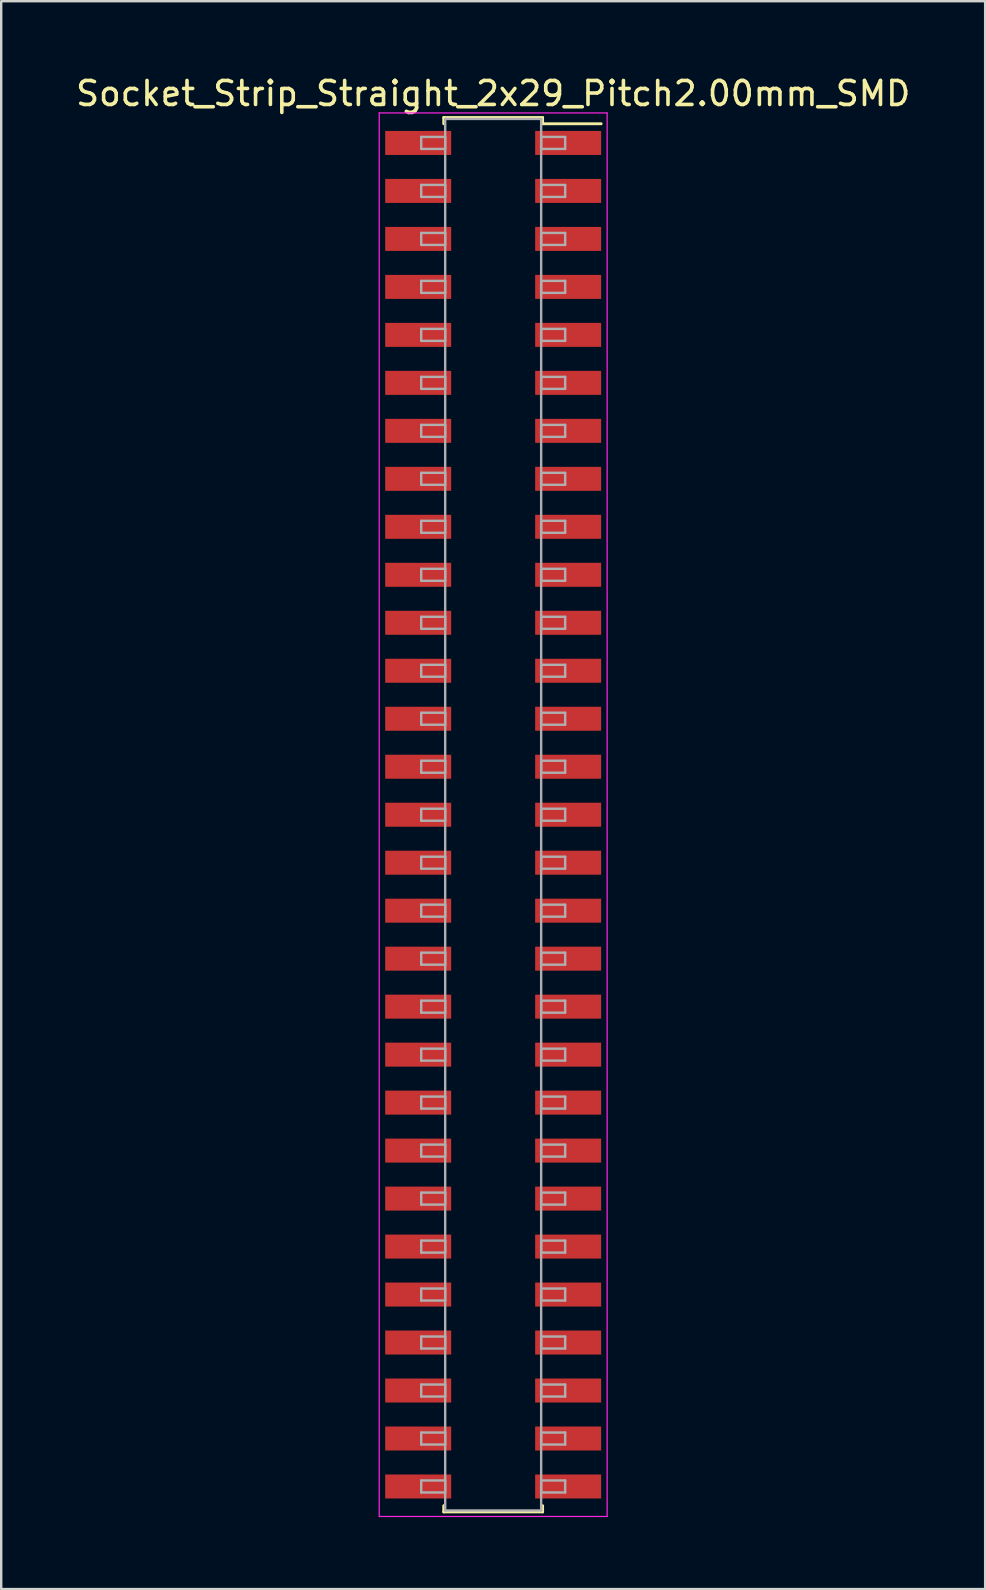
<source format=kicad_pcb>
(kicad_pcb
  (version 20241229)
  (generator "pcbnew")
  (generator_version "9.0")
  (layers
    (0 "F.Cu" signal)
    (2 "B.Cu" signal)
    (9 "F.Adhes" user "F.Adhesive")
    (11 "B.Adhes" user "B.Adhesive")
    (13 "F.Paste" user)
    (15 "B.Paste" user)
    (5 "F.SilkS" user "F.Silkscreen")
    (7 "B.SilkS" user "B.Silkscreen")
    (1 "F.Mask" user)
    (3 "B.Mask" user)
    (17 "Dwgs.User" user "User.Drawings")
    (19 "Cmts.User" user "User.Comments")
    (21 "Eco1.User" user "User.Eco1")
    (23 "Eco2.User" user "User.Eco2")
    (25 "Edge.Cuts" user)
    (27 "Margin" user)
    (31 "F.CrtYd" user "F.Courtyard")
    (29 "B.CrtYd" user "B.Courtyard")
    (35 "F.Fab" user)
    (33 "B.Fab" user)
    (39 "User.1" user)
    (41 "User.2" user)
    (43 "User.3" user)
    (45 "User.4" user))
  (footprint "Socket_Strip_Straight_2x29_Pitch2.00mm_SMD"
    (layer "F.Cu")
    (at 17.506 30.908)
    (property "Reference" "Socket_Strip_Straight_2x29_Pitch2.00mm_SMD" (at 0 -30.06 0) (layer "F.SilkS") (effects (font (size 1 1) (thickness 0.15))))
    (attr smd)
    (fp_line (start -2.06 -29.06) (end 2.06 -29.06) (stroke (width 0.12) (type solid)) (layer "F.SilkS"))
    (fp_line (start -2.06 -28.8) (end -2.06 -29.06) (stroke (width 0.12) (type solid)) (layer "F.SilkS"))
    (fp_line (start -2.06 28.8) (end -2.06 29.06) (stroke (width 0.12) (type solid)) (layer "F.SilkS"))
    (fp_line (start -2.06 29.06) (end 2.06 29.06) (stroke (width 0.12) (type solid)) (layer "F.SilkS"))
    (fp_line (start 2.06 -29.06) (end 2.06 -28.8) (stroke (width 0.12) (type solid)) (layer "F.SilkS"))
    (fp_line (start 2.06 29.06) (end 2.06 28.8) (stroke (width 0.12) (type solid)) (layer "F.SilkS"))
    (fp_line (start 4.5 -28.8) (end 2.06 -28.8) (stroke (width 0.12) (type solid)) (layer "F.SilkS"))
    (fp_line (start -4.75 -29.25) (end -4.75 29.25) (stroke (width 0.05) (type solid)) (layer "F.CrtYd"))
    (fp_line (start -4.75 29.25) (end 4.75 29.25) (stroke (width 0.05) (type solid)) (layer "F.CrtYd"))
    (fp_line (start 4.75 -29.25) (end -4.75 -29.25) (stroke (width 0.05) (type solid)) (layer "F.CrtYd"))
    (fp_line (start 4.75 29.25) (end 4.75 -29.25) (stroke (width 0.05) (type solid)) (layer "F.CrtYd"))
    (fp_line (start -3 -28.25) (end -2 -28.25) (stroke (width 0.1) (type solid)) (layer "F.Fab"))
    (fp_line (start -3 -27.75) (end -3 -28.25) (stroke (width 0.1) (type solid)) (layer "F.Fab"))
    (fp_line (start -3 -26.25) (end -2 -26.25) (stroke (width 0.1) (type solid)) (layer "F.Fab"))
    (fp_line (start -3 -25.75) (end -3 -26.25) (stroke (width 0.1) (type solid)) (layer "F.Fab"))
    (fp_line (start -3 -24.25) (end -2 -24.25) (stroke (width 0.1) (type solid)) (layer "F.Fab"))
    (fp_line (start -3 -23.75) (end -3 -24.25) (stroke (width 0.1) (type solid)) (layer "F.Fab"))
    (fp_line (start -3 -22.25) (end -2 -22.25) (stroke (width 0.1) (type solid)) (layer "F.Fab"))
    (fp_line (start -3 -21.75) (end -3 -22.25) (stroke (width 0.1) (type solid)) (layer "F.Fab"))
    (fp_line (start -3 -20.25) (end -2 -20.25) (stroke (width 0.1) (type solid)) (layer "F.Fab"))
    (fp_line (start -3 -19.75) (end -3 -20.25) (stroke (width 0.1) (type solid)) (layer "F.Fab"))
    (fp_line (start -3 -18.25) (end -2 -18.25) (stroke (width 0.1) (type solid)) (layer "F.Fab"))
    (fp_line (start -3 -17.75) (end -3 -18.25) (stroke (width 0.1) (type solid)) (layer "F.Fab"))
    (fp_line (start -3 -16.25) (end -2 -16.25) (stroke (width 0.1) (type solid)) (layer "F.Fab"))
    (fp_line (start -3 -15.75) (end -3 -16.25) (stroke (width 0.1) (type solid)) (layer "F.Fab"))
    (fp_line (start -3 -14.25) (end -2 -14.25) (stroke (width 0.1) (type solid)) (layer "F.Fab"))
    (fp_line (start -3 -13.75) (end -3 -14.25) (stroke (width 0.1) (type solid)) (layer "F.Fab"))
    (fp_line (start -3 -12.25) (end -2 -12.25) (stroke (width 0.1) (type solid)) (layer "F.Fab"))
    (fp_line (start -3 -11.75) (end -3 -12.25) (stroke (width 0.1) (type solid)) (layer "F.Fab"))
    (fp_line (start -3 -10.25) (end -2 -10.25) (stroke (width 0.1) (type solid)) (layer "F.Fab"))
    (fp_line (start -3 -9.75) (end -3 -10.25) (stroke (width 0.1) (type solid)) (layer "F.Fab"))
    (fp_line (start -3 -8.25) (end -2 -8.25) (stroke (width 0.1) (type solid)) (layer "F.Fab"))
    (fp_line (start -3 -7.75) (end -3 -8.25) (stroke (width 0.1) (type solid)) (layer "F.Fab"))
    (fp_line (start -3 -6.25) (end -2 -6.25) (stroke (width 0.1) (type solid)) (layer "F.Fab"))
    (fp_line (start -3 -5.75) (end -3 -6.25) (stroke (width 0.1) (type solid)) (layer "F.Fab"))
    (fp_line (start -3 -4.25) (end -2 -4.25) (stroke (width 0.1) (type solid)) (layer "F.Fab"))
    (fp_line (start -3 -3.75) (end -3 -4.25) (stroke (width 0.1) (type solid)) (layer "F.Fab"))
    (fp_line (start -3 -2.25) (end -2 -2.25) (stroke (width 0.1) (type solid)) (layer "F.Fab"))
    (fp_line (start -3 -1.75) (end -3 -2.25) (stroke (width 0.1) (type solid)) (layer "F.Fab"))
    (fp_line (start -3 -0.25) (end -2 -0.25) (stroke (width 0.1) (type solid)) (layer "F.Fab"))
    (fp_line (start -3 0.25) (end -3 -0.25) (stroke (width 0.1) (type solid)) (layer "F.Fab"))
    (fp_line (start -3 1.75) (end -2 1.75) (stroke (width 0.1) (type solid)) (layer "F.Fab"))
    (fp_line (start -3 2.25) (end -3 1.75) (stroke (width 0.1) (type solid)) (layer "F.Fab"))
    (fp_line (start -3 3.75) (end -2 3.75) (stroke (width 0.1) (type solid)) (layer "F.Fab"))
    (fp_line (start -3 4.25) (end -3 3.75) (stroke (width 0.1) (type solid)) (layer "F.Fab"))
    (fp_line (start -3 5.75) (end -2 5.75) (stroke (width 0.1) (type solid)) (layer "F.Fab"))
    (fp_line (start -3 6.25) (end -3 5.75) (stroke (width 0.1) (type solid)) (layer "F.Fab"))
    (fp_line (start -3 7.75) (end -2 7.75) (stroke (width 0.1) (type solid)) (layer "F.Fab"))
    (fp_line (start -3 8.25) (end -3 7.75) (stroke (width 0.1) (type solid)) (layer "F.Fab"))
    (fp_line (start -3 9.75) (end -2 9.75) (stroke (width 0.1) (type solid)) (layer "F.Fab"))
    (fp_line (start -3 10.25) (end -3 9.75) (stroke (width 0.1) (type solid)) (layer "F.Fab"))
    (fp_line (start -3 11.75) (end -2 11.75) (stroke (width 0.1) (type solid)) (layer "F.Fab"))
    (fp_line (start -3 12.25) (end -3 11.75) (stroke (width 0.1) (type solid)) (layer "F.Fab"))
    (fp_line (start -3 13.75) (end -2 13.75) (stroke (width 0.1) (type solid)) (layer "F.Fab"))
    (fp_line (start -3 14.25) (end -3 13.75) (stroke (width 0.1) (type solid)) (layer "F.Fab"))
    (fp_line (start -3 15.75) (end -2 15.75) (stroke (width 0.1) (type solid)) (layer "F.Fab"))
    (fp_line (start -3 16.25) (end -3 15.75) (stroke (width 0.1) (type solid)) (layer "F.Fab"))
    (fp_line (start -3 17.75) (end -2 17.75) (stroke (width 0.1) (type solid)) (layer "F.Fab"))
    (fp_line (start -3 18.25) (end -3 17.75) (stroke (width 0.1) (type solid)) (layer "F.Fab"))
    (fp_line (start -3 19.75) (end -2 19.75) (stroke (width 0.1) (type solid)) (layer "F.Fab"))
    (fp_line (start -3 20.25) (end -3 19.75) (stroke (width 0.1) (type solid)) (layer "F.Fab"))
    (fp_line (start -3 21.75) (end -2 21.75) (stroke (width 0.1) (type solid)) (layer "F.Fab"))
    (fp_line (start -3 22.25) (end -3 21.75) (stroke (width 0.1) (type solid)) (layer "F.Fab"))
    (fp_line (start -3 23.75) (end -2 23.75) (stroke (width 0.1) (type solid)) (layer "F.Fab"))
    (fp_line (start -3 24.25) (end -3 23.75) (stroke (width 0.1) (type solid)) (layer "F.Fab"))
    (fp_line (start -3 25.75) (end -2 25.75) (stroke (width 0.1) (type solid)) (layer "F.Fab"))
    (fp_line (start -3 26.25) (end -3 25.75) (stroke (width 0.1) (type solid)) (layer "F.Fab"))
    (fp_line (start -3 27.75) (end -2 27.75) (stroke (width 0.1) (type solid)) (layer "F.Fab"))
    (fp_line (start -3 28.25) (end -3 27.75) (stroke (width 0.1) (type solid)) (layer "F.Fab"))
    (fp_line (start -2 -29) (end -2 29) (stroke (width 0.1) (type solid)) (layer "F.Fab"))
    (fp_line (start -2 -28.25) (end -2 -27.75) (stroke (width 0.1) (type solid)) (layer "F.Fab"))
    (fp_line (start -2 -27.75) (end -3 -27.75) (stroke (width 0.1) (type solid)) (layer "F.Fab"))
    (fp_line (start -2 -26.25) (end -2 -25.75) (stroke (width 0.1) (type solid)) (layer "F.Fab"))
    (fp_line (start -2 -25.75) (end -3 -25.75) (stroke (width 0.1) (type solid)) (layer "F.Fab"))
    (fp_line (start -2 -24.25) (end -2 -23.75) (stroke (width 0.1) (type solid)) (layer "F.Fab"))
    (fp_line (start -2 -23.75) (end -3 -23.75) (stroke (width 0.1) (type solid)) (layer "F.Fab"))
    (fp_line (start -2 -22.25) (end -2 -21.75) (stroke (width 0.1) (type solid)) (layer "F.Fab"))
    (fp_line (start -2 -21.75) (end -3 -21.75) (stroke (width 0.1) (type solid)) (layer "F.Fab"))
    (fp_line (start -2 -20.25) (end -2 -19.75) (stroke (width 0.1) (type solid)) (layer "F.Fab"))
    (fp_line (start -2 -19.75) (end -3 -19.75) (stroke (width 0.1) (type solid)) (layer "F.Fab"))
    (fp_line (start -2 -18.25) (end -2 -17.75) (stroke (width 0.1) (type solid)) (layer "F.Fab"))
    (fp_line (start -2 -17.75) (end -3 -17.75) (stroke (width 0.1) (type solid)) (layer "F.Fab"))
    (fp_line (start -2 -16.25) (end -2 -15.75) (stroke (width 0.1) (type solid)) (layer "F.Fab"))
    (fp_line (start -2 -15.75) (end -3 -15.75) (stroke (width 0.1) (type solid)) (layer "F.Fab"))
    (fp_line (start -2 -14.25) (end -2 -13.75) (stroke (width 0.1) (type solid)) (layer "F.Fab"))
    (fp_line (start -2 -13.75) (end -3 -13.75) (stroke (width 0.1) (type solid)) (layer "F.Fab"))
    (fp_line (start -2 -12.25) (end -2 -11.75) (stroke (width 0.1) (type solid)) (layer "F.Fab"))
    (fp_line (start -2 -11.75) (end -3 -11.75) (stroke (width 0.1) (type solid)) (layer "F.Fab"))
    (fp_line (start -2 -10.25) (end -2 -9.75) (stroke (width 0.1) (type solid)) (layer "F.Fab"))
    (fp_line (start -2 -9.75) (end -3 -9.75) (stroke (width 0.1) (type solid)) (layer "F.Fab"))
    (fp_line (start -2 -8.25) (end -2 -7.75) (stroke (width 0.1) (type solid)) (layer "F.Fab"))
    (fp_line (start -2 -7.75) (end -3 -7.75) (stroke (width 0.1) (type solid)) (layer "F.Fab"))
    (fp_line (start -2 -6.25) (end -2 -5.75) (stroke (width 0.1) (type solid)) (layer "F.Fab"))
    (fp_line (start -2 -5.75) (end -3 -5.75) (stroke (width 0.1) (type solid)) (layer "F.Fab"))
    (fp_line (start -2 -4.25) (end -2 -3.75) (stroke (width 0.1) (type solid)) (layer "F.Fab"))
    (fp_line (start -2 -3.75) (end -3 -3.75) (stroke (width 0.1) (type solid)) (layer "F.Fab"))
    (fp_line (start -2 -2.25) (end -2 -1.75) (stroke (width 0.1) (type solid)) (layer "F.Fab"))
    (fp_line (start -2 -1.75) (end -3 -1.75) (stroke (width 0.1) (type solid)) (layer "F.Fab"))
    (fp_line (start -2 -0.25) (end -2 0.25) (stroke (width 0.1) (type solid)) (layer "F.Fab"))
    (fp_line (start -2 0.25) (end -3 0.25) (stroke (width 0.1) (type solid)) (layer "F.Fab"))
    (fp_line (start -2 1.75) (end -2 2.25) (stroke (width 0.1) (type solid)) (layer "F.Fab"))
    (fp_line (start -2 2.25) (end -3 2.25) (stroke (width 0.1) (type solid)) (layer "F.Fab"))
    (fp_line (start -2 3.75) (end -2 4.25) (stroke (width 0.1) (type solid)) (layer "F.Fab"))
    (fp_line (start -2 4.25) (end -3 4.25) (stroke (width 0.1) (type solid)) (layer "F.Fab"))
    (fp_line (start -2 5.75) (end -2 6.25) (stroke (width 0.1) (type solid)) (layer "F.Fab"))
    (fp_line (start -2 6.25) (end -3 6.25) (stroke (width 0.1) (type solid)) (layer "F.Fab"))
    (fp_line (start -2 7.75) (end -2 8.25) (stroke (width 0.1) (type solid)) (layer "F.Fab"))
    (fp_line (start -2 8.25) (end -3 8.25) (stroke (width 0.1) (type solid)) (layer "F.Fab"))
    (fp_line (start -2 9.75) (end -2 10.25) (stroke (width 0.1) (type solid)) (layer "F.Fab"))
    (fp_line (start -2 10.25) (end -3 10.25) (stroke (width 0.1) (type solid)) (layer "F.Fab"))
    (fp_line (start -2 11.75) (end -2 12.25) (stroke (width 0.1) (type solid)) (layer "F.Fab"))
    (fp_line (start -2 12.25) (end -3 12.25) (stroke (width 0.1) (type solid)) (layer "F.Fab"))
    (fp_line (start -2 13.75) (end -2 14.25) (stroke (width 0.1) (type solid)) (layer "F.Fab"))
    (fp_line (start -2 14.25) (end -3 14.25) (stroke (width 0.1) (type solid)) (layer "F.Fab"))
    (fp_line (start -2 15.75) (end -2 16.25) (stroke (width 0.1) (type solid)) (layer "F.Fab"))
    (fp_line (start -2 16.25) (end -3 16.25) (stroke (width 0.1) (type solid)) (layer "F.Fab"))
    (fp_line (start -2 17.75) (end -2 18.25) (stroke (width 0.1) (type solid)) (layer "F.Fab"))
    (fp_line (start -2 18.25) (end -3 18.25) (stroke (width 0.1) (type solid)) (layer "F.Fab"))
    (fp_line (start -2 19.75) (end -2 20.25) (stroke (width 0.1) (type solid)) (layer "F.Fab"))
    (fp_line (start -2 20.25) (end -3 20.25) (stroke (width 0.1) (type solid)) (layer "F.Fab"))
    (fp_line (start -2 21.75) (end -2 22.25) (stroke (width 0.1) (type solid)) (layer "F.Fab"))
    (fp_line (start -2 22.25) (end -3 22.25) (stroke (width 0.1) (type solid)) (layer "F.Fab"))
    (fp_line (start -2 23.75) (end -2 24.25) (stroke (width 0.1) (type solid)) (layer "F.Fab"))
    (fp_line (start -2 24.25) (end -3 24.25) (stroke (width 0.1) (type solid)) (layer "F.Fab"))
    (fp_line (start -2 25.75) (end -2 26.25) (stroke (width 0.1) (type solid)) (layer "F.Fab"))
    (fp_line (start -2 26.25) (end -3 26.25) (stroke (width 0.1) (type solid)) (layer "F.Fab"))
    (fp_line (start -2 27.75) (end -2 28.25) (stroke (width 0.1) (type solid)) (layer "F.Fab"))
    (fp_line (start -2 28.25) (end -3 28.25) (stroke (width 0.1) (type solid)) (layer "F.Fab"))
    (fp_line (start -2 29) (end 2 29) (stroke (width 0.1) (type solid)) (layer "F.Fab"))
    (fp_line (start 2 -29) (end -2 -29) (stroke (width 0.1) (type solid)) (layer "F.Fab"))
    (fp_line (start 2 -28.25) (end 2 -27.75) (stroke (width 0.1) (type solid)) (layer "F.Fab"))
    (fp_line (start 2 -27.75) (end 3 -27.75) (stroke (width 0.1) (type solid)) (layer "F.Fab"))
    (fp_line (start 2 -26.25) (end 2 -25.75) (stroke (width 0.1) (type solid)) (layer "F.Fab"))
    (fp_line (start 2 -25.75) (end 3 -25.75) (stroke (width 0.1) (type solid)) (layer "F.Fab"))
    (fp_line (start 2 -24.25) (end 2 -23.75) (stroke (width 0.1) (type solid)) (layer "F.Fab"))
    (fp_line (start 2 -23.75) (end 3 -23.75) (stroke (width 0.1) (type solid)) (layer "F.Fab"))
    (fp_line (start 2 -22.25) (end 2 -21.75) (stroke (width 0.1) (type solid)) (layer "F.Fab"))
    (fp_line (start 2 -21.75) (end 3 -21.75) (stroke (width 0.1) (type solid)) (layer "F.Fab"))
    (fp_line (start 2 -20.25) (end 2 -19.75) (stroke (width 0.1) (type solid)) (layer "F.Fab"))
    (fp_line (start 2 -19.75) (end 3 -19.75) (stroke (width 0.1) (type solid)) (layer "F.Fab"))
    (fp_line (start 2 -18.25) (end 2 -17.75) (stroke (width 0.1) (type solid)) (layer "F.Fab"))
    (fp_line (start 2 -17.75) (end 3 -17.75) (stroke (width 0.1) (type solid)) (layer "F.Fab"))
    (fp_line (start 2 -16.25) (end 2 -15.75) (stroke (width 0.1) (type solid)) (layer "F.Fab"))
    (fp_line (start 2 -15.75) (end 3 -15.75) (stroke (width 0.1) (type solid)) (layer "F.Fab"))
    (fp_line (start 2 -14.25) (end 2 -13.75) (stroke (width 0.1) (type solid)) (layer "F.Fab"))
    (fp_line (start 2 -13.75) (end 3 -13.75) (stroke (width 0.1) (type solid)) (layer "F.Fab"))
    (fp_line (start 2 -12.25) (end 2 -11.75) (stroke (width 0.1) (type solid)) (layer "F.Fab"))
    (fp_line (start 2 -11.75) (end 3 -11.75) (stroke (width 0.1) (type solid)) (layer "F.Fab"))
    (fp_line (start 2 -10.25) (end 2 -9.75) (stroke (width 0.1) (type solid)) (layer "F.Fab"))
    (fp_line (start 2 -9.75) (end 3 -9.75) (stroke (width 0.1) (type solid)) (layer "F.Fab"))
    (fp_line (start 2 -8.25) (end 2 -7.75) (stroke (width 0.1) (type solid)) (layer "F.Fab"))
    (fp_line (start 2 -7.75) (end 3 -7.75) (stroke (width 0.1) (type solid)) (layer "F.Fab"))
    (fp_line (start 2 -6.25) (end 2 -5.75) (stroke (width 0.1) (type solid)) (layer "F.Fab"))
    (fp_line (start 2 -5.75) (end 3 -5.75) (stroke (width 0.1) (type solid)) (layer "F.Fab"))
    (fp_line (start 2 -4.25) (end 2 -3.75) (stroke (width 0.1) (type solid)) (layer "F.Fab"))
    (fp_line (start 2 -3.75) (end 3 -3.75) (stroke (width 0.1) (type solid)) (layer "F.Fab"))
    (fp_line (start 2 -2.25) (end 2 -1.75) (stroke (width 0.1) (type solid)) (layer "F.Fab"))
    (fp_line (start 2 -1.75) (end 3 -1.75) (stroke (width 0.1) (type solid)) (layer "F.Fab"))
    (fp_line (start 2 -0.25) (end 2 0.25) (stroke (width 0.1) (type solid)) (layer "F.Fab"))
    (fp_line (start 2 0.25) (end 3 0.25) (stroke (width 0.1) (type solid)) (layer "F.Fab"))
    (fp_line (start 2 1.75) (end 2 2.25) (stroke (width 0.1) (type solid)) (layer "F.Fab"))
    (fp_line (start 2 2.25) (end 3 2.25) (stroke (width 0.1) (type solid)) (layer "F.Fab"))
    (fp_line (start 2 3.75) (end 2 4.25) (stroke (width 0.1) (type solid)) (layer "F.Fab"))
    (fp_line (start 2 4.25) (end 3 4.25) (stroke (width 0.1) (type solid)) (layer "F.Fab"))
    (fp_line (start 2 5.75) (end 2 6.25) (stroke (width 0.1) (type solid)) (layer "F.Fab"))
    (fp_line (start 2 6.25) (end 3 6.25) (stroke (width 0.1) (type solid)) (layer "F.Fab"))
    (fp_line (start 2 7.75) (end 2 8.25) (stroke (width 0.1) (type solid)) (layer "F.Fab"))
    (fp_line (start 2 8.25) (end 3 8.25) (stroke (width 0.1) (type solid)) (layer "F.Fab"))
    (fp_line (start 2 9.75) (end 2 10.25) (stroke (width 0.1) (type solid)) (layer "F.Fab"))
    (fp_line (start 2 10.25) (end 3 10.25) (stroke (width 0.1) (type solid)) (layer "F.Fab"))
    (fp_line (start 2 11.75) (end 2 12.25) (stroke (width 0.1) (type solid)) (layer "F.Fab"))
    (fp_line (start 2 12.25) (end 3 12.25) (stroke (width 0.1) (type solid)) (layer "F.Fab"))
    (fp_line (start 2 13.75) (end 2 14.25) (stroke (width 0.1) (type solid)) (layer "F.Fab"))
    (fp_line (start 2 14.25) (end 3 14.25) (stroke (width 0.1) (type solid)) (layer "F.Fab"))
    (fp_line (start 2 15.75) (end 2 16.25) (stroke (width 0.1) (type solid)) (layer "F.Fab"))
    (fp_line (start 2 16.25) (end 3 16.25) (stroke (width 0.1) (type solid)) (layer "F.Fab"))
    (fp_line (start 2 17.75) (end 2 18.25) (stroke (width 0.1) (type solid)) (layer "F.Fab"))
    (fp_line (start 2 18.25) (end 3 18.25) (stroke (width 0.1) (type solid)) (layer "F.Fab"))
    (fp_line (start 2 19.75) (end 2 20.25) (stroke (width 0.1) (type solid)) (layer "F.Fab"))
    (fp_line (start 2 20.25) (end 3 20.25) (stroke (width 0.1) (type solid)) (layer "F.Fab"))
    (fp_line (start 2 21.75) (end 2 22.25) (stroke (width 0.1) (type solid)) (layer "F.Fab"))
    (fp_line (start 2 22.25) (end 3 22.25) (stroke (width 0.1) (type solid)) (layer "F.Fab"))
    (fp_line (start 2 23.75) (end 2 24.25) (stroke (width 0.1) (type solid)) (layer "F.Fab"))
    (fp_line (start 2 24.25) (end 3 24.25) (stroke (width 0.1) (type solid)) (layer "F.Fab"))
    (fp_line (start 2 25.75) (end 2 26.25) (stroke (width 0.1) (type solid)) (layer "F.Fab"))
    (fp_line (start 2 26.25) (end 3 26.25) (stroke (width 0.1) (type solid)) (layer "F.Fab"))
    (fp_line (start 2 27.75) (end 2 28.25) (stroke (width 0.1) (type solid)) (layer "F.Fab"))
    (fp_line (start 2 28.25) (end 3 28.25) (stroke (width 0.1) (type solid)) (layer "F.Fab"))
    (fp_line (start 2 29) (end 2 -29) (stroke (width 0.1) (type solid)) (layer "F.Fab"))
    (fp_line (start 3 -28.25) (end 2 -28.25) (stroke (width 0.1) (type solid)) (layer "F.Fab"))
    (fp_line (start 3 -27.75) (end 3 -28.25) (stroke (width 0.1) (type solid)) (layer "F.Fab"))
    (fp_line (start 3 -26.25) (end 2 -26.25) (stroke (width 0.1) (type solid)) (layer "F.Fab"))
    (fp_line (start 3 -25.75) (end 3 -26.25) (stroke (width 0.1) (type solid)) (layer "F.Fab"))
    (fp_line (start 3 -24.25) (end 2 -24.25) (stroke (width 0.1) (type solid)) (layer "F.Fab"))
    (fp_line (start 3 -23.75) (end 3 -24.25) (stroke (width 0.1) (type solid)) (layer "F.Fab"))
    (fp_line (start 3 -22.25) (end 2 -22.25) (stroke (width 0.1) (type solid)) (layer "F.Fab"))
    (fp_line (start 3 -21.75) (end 3 -22.25) (stroke (width 0.1) (type solid)) (layer "F.Fab"))
    (fp_line (start 3 -20.25) (end 2 -20.25) (stroke (width 0.1) (type solid)) (layer "F.Fab"))
    (fp_line (start 3 -19.75) (end 3 -20.25) (stroke (width 0.1) (type solid)) (layer "F.Fab"))
    (fp_line (start 3 -18.25) (end 2 -18.25) (stroke (width 0.1) (type solid)) (layer "F.Fab"))
    (fp_line (start 3 -17.75) (end 3 -18.25) (stroke (width 0.1) (type solid)) (layer "F.Fab"))
    (fp_line (start 3 -16.25) (end 2 -16.25) (stroke (width 0.1) (type solid)) (layer "F.Fab"))
    (fp_line (start 3 -15.75) (end 3 -16.25) (stroke (width 0.1) (type solid)) (layer "F.Fab"))
    (fp_line (start 3 -14.25) (end 2 -14.25) (stroke (width 0.1) (type solid)) (layer "F.Fab"))
    (fp_line (start 3 -13.75) (end 3 -14.25) (stroke (width 0.1) (type solid)) (layer "F.Fab"))
    (fp_line (start 3 -12.25) (end 2 -12.25) (stroke (width 0.1) (type solid)) (layer "F.Fab"))
    (fp_line (start 3 -11.75) (end 3 -12.25) (stroke (width 0.1) (type solid)) (layer "F.Fab"))
    (fp_line (start 3 -10.25) (end 2 -10.25) (stroke (width 0.1) (type solid)) (layer "F.Fab"))
    (fp_line (start 3 -9.75) (end 3 -10.25) (stroke (width 0.1) (type solid)) (layer "F.Fab"))
    (fp_line (start 3 -8.25) (end 2 -8.25) (stroke (width 0.1) (type solid)) (layer "F.Fab"))
    (fp_line (start 3 -7.75) (end 3 -8.25) (stroke (width 0.1) (type solid)) (layer "F.Fab"))
    (fp_line (start 3 -6.25) (end 2 -6.25) (stroke (width 0.1) (type solid)) (layer "F.Fab"))
    (fp_line (start 3 -5.75) (end 3 -6.25) (stroke (width 0.1) (type solid)) (layer "F.Fab"))
    (fp_line (start 3 -4.25) (end 2 -4.25) (stroke (width 0.1) (type solid)) (layer "F.Fab"))
    (fp_line (start 3 -3.75) (end 3 -4.25) (stroke (width 0.1) (type solid)) (layer "F.Fab"))
    (fp_line (start 3 -2.25) (end 2 -2.25) (stroke (width 0.1) (type solid)) (layer "F.Fab"))
    (fp_line (start 3 -1.75) (end 3 -2.25) (stroke (width 0.1) (type solid)) (layer "F.Fab"))
    (fp_line (start 3 -0.25) (end 2 -0.25) (stroke (width 0.1) (type solid)) (layer "F.Fab"))
    (fp_line (start 3 0.25) (end 3 -0.25) (stroke (width 0.1) (type solid)) (layer "F.Fab"))
    (fp_line (start 3 1.75) (end 2 1.75) (stroke (width 0.1) (type solid)) (layer "F.Fab"))
    (fp_line (start 3 2.25) (end 3 1.75) (stroke (width 0.1) (type solid)) (layer "F.Fab"))
    (fp_line (start 3 3.75) (end 2 3.75) (stroke (width 0.1) (type solid)) (layer "F.Fab"))
    (fp_line (start 3 4.25) (end 3 3.75) (stroke (width 0.1) (type solid)) (layer "F.Fab"))
    (fp_line (start 3 5.75) (end 2 5.75) (stroke (width 0.1) (type solid)) (layer "F.Fab"))
    (fp_line (start 3 6.25) (end 3 5.75) (stroke (width 0.1) (type solid)) (layer "F.Fab"))
    (fp_line (start 3 7.75) (end 2 7.75) (stroke (width 0.1) (type solid)) (layer "F.Fab"))
    (fp_line (start 3 8.25) (end 3 7.75) (stroke (width 0.1) (type solid)) (layer "F.Fab"))
    (fp_line (start 3 9.75) (end 2 9.75) (stroke (width 0.1) (type solid)) (layer "F.Fab"))
    (fp_line (start 3 10.25) (end 3 9.75) (stroke (width 0.1) (type solid)) (layer "F.Fab"))
    (fp_line (start 3 11.75) (end 2 11.75) (stroke (width 0.1) (type solid)) (layer "F.Fab"))
    (fp_line (start 3 12.25) (end 3 11.75) (stroke (width 0.1) (type solid)) (layer "F.Fab"))
    (fp_line (start 3 13.75) (end 2 13.75) (stroke (width 0.1) (type solid)) (layer "F.Fab"))
    (fp_line (start 3 14.25) (end 3 13.75) (stroke (width 0.1) (type solid)) (layer "F.Fab"))
    (fp_line (start 3 15.75) (end 2 15.75) (stroke (width 0.1) (type solid)) (layer "F.Fab"))
    (fp_line (start 3 16.25) (end 3 15.75) (stroke (width 0.1) (type solid)) (layer "F.Fab"))
    (fp_line (start 3 17.75) (end 2 17.75) (stroke (width 0.1) (type solid)) (layer "F.Fab"))
    (fp_line (start 3 18.25) (end 3 17.75) (stroke (width 0.1) (type solid)) (layer "F.Fab"))
    (fp_line (start 3 19.75) (end 2 19.75) (stroke (width 0.1) (type solid)) (layer "F.Fab"))
    (fp_line (start 3 20.25) (end 3 19.75) (stroke (width 0.1) (type solid)) (layer "F.Fab"))
    (fp_line (start 3 21.75) (end 2 21.75) (stroke (width 0.1) (type solid)) (layer "F.Fab"))
    (fp_line (start 3 22.25) (end 3 21.75) (stroke (width 0.1) (type solid)) (layer "F.Fab"))
    (fp_line (start 3 23.75) (end 2 23.75) (stroke (width 0.1) (type solid)) (layer "F.Fab"))
    (fp_line (start 3 24.25) (end 3 23.75) (stroke (width 0.1) (type solid)) (layer "F.Fab"))
    (fp_line (start 3 25.75) (end 2 25.75) (stroke (width 0.1) (type solid)) (layer "F.Fab"))
    (fp_line (start 3 26.25) (end 3 25.75) (stroke (width 0.1) (type solid)) (layer "F.Fab"))
    (fp_line (start 3 27.75) (end 2 27.75) (stroke (width 0.1) (type solid)) (layer "F.Fab"))
    (fp_line (start 3 28.25) (end 3 27.75) (stroke (width 0.1) (type solid)) (layer "F.Fab"))
    (pad "1" smd rect (at 3.125 -28) (size 2.75 1) (layers "F.Cu" "F.Mask"))
    (pad "2" smd rect (at -3.125 -28) (size 2.75 1) (layers "F.Cu" "F.Mask"))
    (pad "3" smd rect (at 3.125 -26) (size 2.75 1) (layers "F.Cu" "F.Mask"))
    (pad "4" smd rect (at -3.125 -26) (size 2.75 1) (layers "F.Cu" "F.Mask"))
    (pad "5" smd rect (at 3.125 -24) (size 2.75 1) (layers "F.Cu" "F.Mask"))
    (pad "6" smd rect (at -3.125 -24) (size 2.75 1) (layers "F.Cu" "F.Mask"))
    (pad "7" smd rect (at 3.125 -22) (size 2.75 1) (layers "F.Cu" "F.Mask"))
    (pad "8" smd rect (at -3.125 -22) (size 2.75 1) (layers "F.Cu" "F.Mask"))
    (pad "9" smd rect (at 3.125 -20) (size 2.75 1) (layers "F.Cu" "F.Mask"))
    (pad "10" smd rect (at -3.125 -20) (size 2.75 1) (layers "F.Cu" "F.Mask"))
    (pad "11" smd rect (at 3.125 -18) (size 2.75 1) (layers "F.Cu" "F.Mask"))
    (pad "12" smd rect (at -3.125 -18) (size 2.75 1) (layers "F.Cu" "F.Mask"))
    (pad "13" smd rect (at 3.125 -16) (size 2.75 1) (layers "F.Cu" "F.Mask"))
    (pad "14" smd rect (at -3.125 -16) (size 2.75 1) (layers "F.Cu" "F.Mask"))
    (pad "15" smd rect (at 3.125 -14) (size 2.75 1) (layers "F.Cu" "F.Mask"))
    (pad "16" smd rect (at -3.125 -14) (size 2.75 1) (layers "F.Cu" "F.Mask"))
    (pad "17" smd rect (at 3.125 -12) (size 2.75 1) (layers "F.Cu" "F.Mask"))
    (pad "18" smd rect (at -3.125 -12) (size 2.75 1) (layers "F.Cu" "F.Mask"))
    (pad "19" smd rect (at 3.125 -10) (size 2.75 1) (layers "F.Cu" "F.Mask"))
    (pad "20" smd rect (at -3.125 -10) (size 2.75 1) (layers "F.Cu" "F.Mask"))
    (pad "21" smd rect (at 3.125 -8) (size 2.75 1) (layers "F.Cu" "F.Mask"))
    (pad "22" smd rect (at -3.125 -8) (size 2.75 1) (layers "F.Cu" "F.Mask"))
    (pad "23" smd rect (at 3.125 -6) (size 2.75 1) (layers "F.Cu" "F.Mask"))
    (pad "24" smd rect (at -3.125 -6) (size 2.75 1) (layers "F.Cu" "F.Mask"))
    (pad "25" smd rect (at 3.125 -4) (size 2.75 1) (layers "F.Cu" "F.Mask"))
    (pad "26" smd rect (at -3.125 -4) (size 2.75 1) (layers "F.Cu" "F.Mask"))
    (pad "27" smd rect (at 3.125 -2) (size 2.75 1) (layers "F.Cu" "F.Mask"))
    (pad "28" smd rect (at -3.125 -2) (size 2.75 1) (layers "F.Cu" "F.Mask"))
    (pad "29" smd rect (at 3.125 0) (size 2.75 1) (layers "F.Cu" "F.Mask"))
    (pad "30" smd rect (at -3.125 0) (size 2.75 1) (layers "F.Cu" "F.Mask"))
    (pad "31" smd rect (at 3.125 2) (size 2.75 1) (layers "F.Cu" "F.Mask"))
    (pad "32" smd rect (at -3.125 2) (size 2.75 1) (layers "F.Cu" "F.Mask"))
    (pad "33" smd rect (at 3.125 4) (size 2.75 1) (layers "F.Cu" "F.Mask"))
    (pad "34" smd rect (at -3.125 4) (size 2.75 1) (layers "F.Cu" "F.Mask"))
    (pad "35" smd rect (at 3.125 6) (size 2.75 1) (layers "F.Cu" "F.Mask"))
    (pad "36" smd rect (at -3.125 6) (size 2.75 1) (layers "F.Cu" "F.Mask"))
    (pad "37" smd rect (at 3.125 8) (size 2.75 1) (layers "F.Cu" "F.Mask"))
    (pad "38" smd rect (at -3.125 8) (size 2.75 1) (layers "F.Cu" "F.Mask"))
    (pad "39" smd rect (at 3.125 10) (size 2.75 1) (layers "F.Cu" "F.Mask"))
    (pad "40" smd rect (at -3.125 10) (size 2.75 1) (layers "F.Cu" "F.Mask"))
    (pad "41" smd rect (at 3.125 12) (size 2.75 1) (layers "F.Cu" "F.Mask"))
    (pad "42" smd rect (at -3.125 12) (size 2.75 1) (layers "F.Cu" "F.Mask"))
    (pad "43" smd rect (at 3.125 14) (size 2.75 1) (layers "F.Cu" "F.Mask"))
    (pad "44" smd rect (at -3.125 14) (size 2.75 1) (layers "F.Cu" "F.Mask"))
    (pad "45" smd rect (at 3.125 16) (size 2.75 1) (layers "F.Cu" "F.Mask"))
    (pad "46" smd rect (at -3.125 16) (size 2.75 1) (layers "F.Cu" "F.Mask"))
    (pad "47" smd rect (at 3.125 18) (size 2.75 1) (layers "F.Cu" "F.Mask"))
    (pad "48" smd rect (at -3.125 18) (size 2.75 1) (layers "F.Cu" "F.Mask"))
    (pad "49" smd rect (at 3.125 20) (size 2.75 1) (layers "F.Cu" "F.Mask"))
    (pad "50" smd rect (at -3.125 20) (size 2.75 1) (layers "F.Cu" "F.Mask"))
    (pad "51" smd rect (at 3.125 22) (size 2.75 1) (layers "F.Cu" "F.Mask"))
    (pad "52" smd rect (at -3.125 22) (size 2.75 1) (layers "F.Cu" "F.Mask"))
    (pad "53" smd rect (at 3.125 24) (size 2.75 1) (layers "F.Cu" "F.Mask"))
    (pad "54" smd rect (at -3.125 24) (size 2.75 1) (layers "F.Cu" "F.Mask"))
    (pad "55" smd rect (at 3.125 26) (size 2.75 1) (layers "F.Cu" "F.Mask"))
    (pad "56" smd rect (at -3.125 26) (size 2.75 1) (layers "F.Cu" "F.Mask"))
    (pad "57" smd rect (at 3.125 28) (size 2.75 1) (layers "F.Cu" "F.Mask"))
    (pad "58" smd rect (at -3.125 28) (size 2.75 1) (layers "F.Cu" "F.Mask")))
  (gr_rect
    (start -3 -3)
    (end 38.012 63.183)
    (stroke (width 0.1) (type default))
    (fill no)
    (layer "Edge.Cuts")))
</source>
